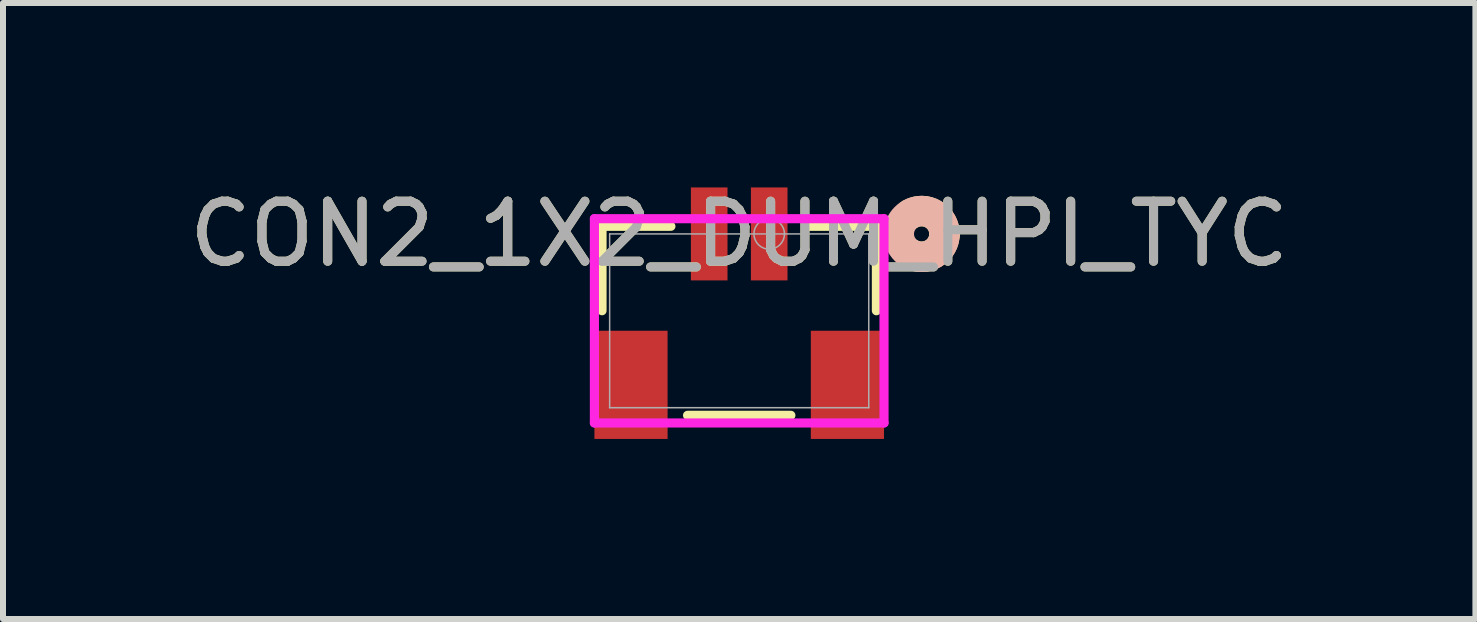
<source format=kicad_pcb>
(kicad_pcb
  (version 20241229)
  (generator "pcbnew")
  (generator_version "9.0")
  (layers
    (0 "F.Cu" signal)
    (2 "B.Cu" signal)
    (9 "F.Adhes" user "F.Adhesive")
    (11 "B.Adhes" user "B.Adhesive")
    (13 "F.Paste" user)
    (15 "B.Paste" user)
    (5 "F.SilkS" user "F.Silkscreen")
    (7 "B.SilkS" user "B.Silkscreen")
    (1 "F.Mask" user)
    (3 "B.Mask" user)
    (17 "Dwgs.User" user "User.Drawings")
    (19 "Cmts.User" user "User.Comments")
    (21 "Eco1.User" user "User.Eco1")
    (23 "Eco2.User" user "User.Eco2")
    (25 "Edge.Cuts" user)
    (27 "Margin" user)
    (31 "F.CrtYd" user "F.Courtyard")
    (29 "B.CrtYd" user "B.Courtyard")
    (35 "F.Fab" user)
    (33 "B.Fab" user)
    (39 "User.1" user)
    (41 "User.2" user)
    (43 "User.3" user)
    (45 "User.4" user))
  (footprint "CON2_1X2_DUM_HPI_TYC"
    (layer "F.Cu")
    (at 9.268 2.296)
    (property "Reference" "CON2_1X2_DUM_HPI_TYC" (at 0 -1.448 0) (unlocked yes) (layer "F.SilkS") (effects (font (size 1 1) (thickness 0.15))))
    (attr smd)
    (fp_line (start -2.286 -1.575) (end -2.286 -0.168) (stroke (width 0.152) (type solid)) (layer "F.SilkS"))
    (fp_line (start -1.138 -1.575) (end -2.286 -1.575) (stroke (width 0.152) (type solid)) (layer "F.SilkS"))
    (fp_line (start -0.861 1.575) (end 0.861 1.575) (stroke (width 0.152) (type solid)) (layer "F.SilkS"))
    (fp_line (start 2.286 -1.575) (end 1.138 -1.575) (stroke (width 0.152) (type solid)) (layer "F.SilkS"))
    (fp_line (start 2.286 -0.168) (end 2.286 -1.575) (stroke (width 0.152) (type solid)) (layer "F.SilkS"))
    (fp_arc (start 2.855089 -1.78092) (mid 3.233274 -1.776138) (end 3.421 -1.4478) (stroke (width 0.508) (type solid)) (layer "F.SilkS"))
    (fp_arc (start 3.420999 -1.447799) (mid 3.234085 -1.119941) (end 2.856739 -1.113769) (stroke (width 0.508) (type solid)) (layer "F.SilkS"))
    (fp_circle (center 3.04 -1.448) (end 3.421 -1.448) (stroke (width 0.508) (type solid)) (fill no) (layer "B.SilkS"))
    (fp_line (start -2.413 -1.702) (end -2.413 1.702) (stroke (width 0.152) (type solid)) (layer "F.CrtYd"))
    (fp_line (start -2.413 1.702) (end 2.413 1.702) (stroke (width 0.152) (type solid)) (layer "F.CrtYd"))
    (fp_line (start 2.413 -1.702) (end -2.413 -1.702) (stroke (width 0.152) (type solid)) (layer "F.CrtYd"))
    (fp_line (start 2.413 1.702) (end 2.413 -1.702) (stroke (width 0.152) (type solid)) (layer "F.CrtYd"))
    (fp_line (start -2.159 -1.448) (end -2.159 1.448) (stroke (width 0.025) (type solid)) (layer "F.Fab"))
    (fp_line (start -2.159 1.448) (end 2.159 1.448) (stroke (width 0.025) (type solid)) (layer "F.Fab"))
    (fp_line (start 2.159 -1.448) (end -2.159 -1.448) (stroke (width 0.025) (type solid)) (layer "F.Fab"))
    (fp_line (start 2.159 1.448) (end 2.159 -1.448) (stroke (width 0.025) (type solid)) (layer "F.Fab"))
    (fp_circle (center 0.5 -1.448) (end 0.754 -1.448) (stroke (width 0.025) (type solid)) (fill no) (layer "F.Fab"))
    (fp_text user "${REFERENCE}" (at 0 -1.448 0) (unlocked yes) (layer "F.Fab") (effects (font (size 1 1) (thickness 0.15))))
    (pad "1" smd rect (at 0.5 -1.448) (size 0.61 1.549) (layers "F.Cu" "F.Mask" "F.Paste"))
    (pad "2" smd rect (at -0.5 -1.448) (size 0.61 1.549) (layers "F.Cu" "F.Mask" "F.Paste"))
    (pad "3" smd rect (at 1.803 1.067) (size 1.219 1.803) (layers "F.Cu" "F.Mask" "F.Paste"))
    (pad "4" smd rect (at -1.803 1.067) (size 1.219 1.803) (layers "F.Cu" "F.Mask" "F.Paste")))
  (gr_rect
    (start -3 -3)
    (end 21.536 7.265)
    (stroke (width 0.1) (type default))
    (fill no)
    (layer "Edge.Cuts")))
</source>
